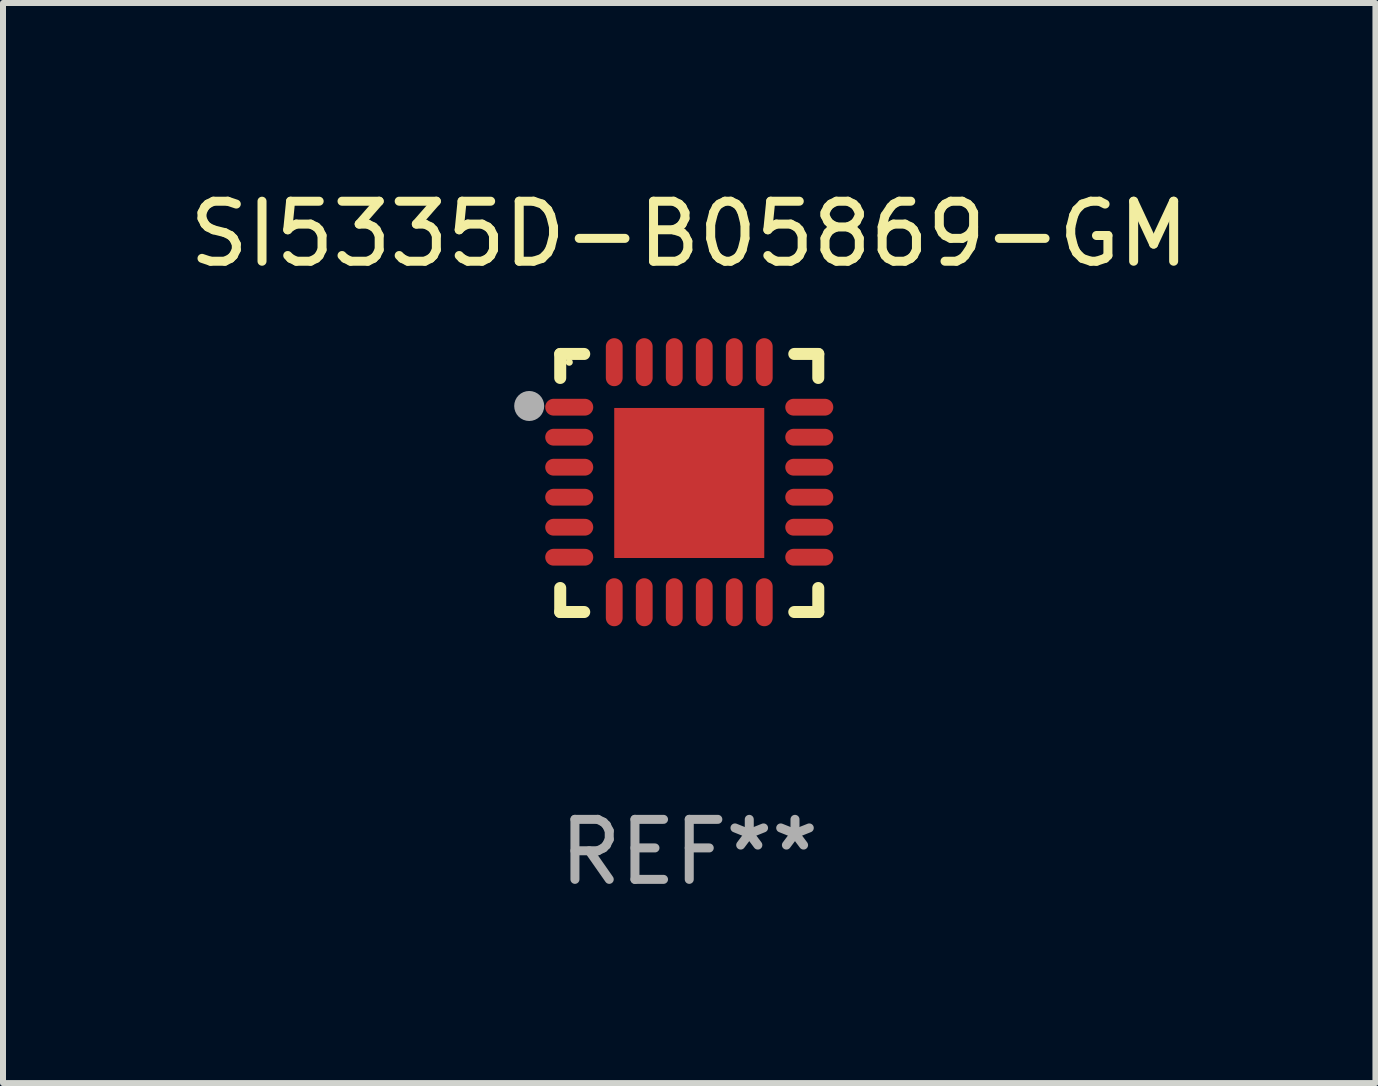
<source format=kicad_pcb>
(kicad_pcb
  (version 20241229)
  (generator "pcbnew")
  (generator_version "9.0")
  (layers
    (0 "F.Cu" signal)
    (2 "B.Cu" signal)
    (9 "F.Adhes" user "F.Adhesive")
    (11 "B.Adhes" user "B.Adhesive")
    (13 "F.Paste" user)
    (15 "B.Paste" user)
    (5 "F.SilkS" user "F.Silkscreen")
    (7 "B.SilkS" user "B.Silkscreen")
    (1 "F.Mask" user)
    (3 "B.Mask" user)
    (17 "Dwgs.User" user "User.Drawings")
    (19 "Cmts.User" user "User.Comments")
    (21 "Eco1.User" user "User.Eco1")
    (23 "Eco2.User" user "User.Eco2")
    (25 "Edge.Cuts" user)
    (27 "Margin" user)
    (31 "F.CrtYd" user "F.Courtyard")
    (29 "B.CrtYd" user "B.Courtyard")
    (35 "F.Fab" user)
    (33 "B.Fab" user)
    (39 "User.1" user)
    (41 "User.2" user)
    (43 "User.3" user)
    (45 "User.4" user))
  (footprint "SI5335D-B05869-GM"
    (layer "F.Cu")
    (at 8.435 4.998)
    (property "Reference" "SI5335D-B05869-GM" (at 0 -4.15 0) (layer "F.SilkS") (effects (font (size 1 1) (thickness 0.15))))
    (attr through_hole)
    (fp_line (start -2.15 -2.15) (end -1.75 -2.15) (stroke (width 0.2) (type solid)) (layer "F.SilkS"))
    (fp_line (start -2.15 -1.75) (end -2.15 -2.15) (stroke (width 0.2) (type solid)) (layer "F.SilkS"))
    (fp_line (start -2.15 2.15) (end -2.15 1.75) (stroke (width 0.2) (type solid)) (layer "F.SilkS"))
    (fp_line (start -1.75 2.15) (end -2.15 2.15) (stroke (width 0.2) (type solid)) (layer "F.SilkS"))
    (fp_line (start 1.75 -2.15) (end 2.15 -2.15) (stroke (width 0.2) (type solid)) (layer "F.SilkS"))
    (fp_line (start 1.75 2.15) (end 2.15 2.15) (stroke (width 0.2) (type solid)) (layer "F.SilkS"))
    (fp_line (start 2.15 -2.15) (end 2.15 -1.75) (stroke (width 0.2) (type solid)) (layer "F.SilkS"))
    (fp_line (start 2.15 2.15) (end 2.15 1.75) (stroke (width 0.2) (type solid)) (layer "F.SilkS"))
    (fp_circle (center -2 -2.013) (end -1.97 -2.013) (stroke (width 0.06) (type solid)) (fill no) (layer "F.SilkS"))
    (fp_circle (center -2.667 -1.283) (end -2.542 -1.283) (stroke (width 0.25) (type solid)) (fill no) (layer "F.Fab"))
    (fp_text user "REF**" (at 0 6.15 0) (layer "F.Fab") (effects (font (size 1 1) (thickness 0.15))))
    (pad "1" smd oval (at -2 -1.263) (size 0.8 0.28) (layers "F.Cu" "F.Mask" "F.Paste"))
    (pad "2" smd oval (at -2 -0.763) (size 0.8 0.28) (layers "F.Cu" "F.Mask" "F.Paste"))
    (pad "3" smd oval (at -2 -0.263) (size 0.8 0.28) (layers "F.Cu" "F.Mask" "F.Paste"))
    (pad "4" smd oval (at -2 0.237) (size 0.8 0.28) (layers "F.Cu" "F.Mask" "F.Paste"))
    (pad "5" smd oval (at -2 0.737) (size 0.8 0.28) (layers "F.Cu" "F.Mask" "F.Paste"))
    (pad "6" smd oval (at -2 1.237) (size 0.8 0.28) (layers "F.Cu" "F.Mask" "F.Paste"))
    (pad "7" smd oval (at -1.25 1.987) (size 0.28 0.8) (layers "F.Cu" "F.Mask" "F.Paste"))
    (pad "8" smd oval (at -0.75 1.987) (size 0.28 0.8) (layers "F.Cu" "F.Mask" "F.Paste"))
    (pad "9" smd oval (at -0.25 1.987) (size 0.28 0.8) (layers "F.Cu" "F.Mask" "F.Paste"))
    (pad "10" smd oval (at 0.25 1.987) (size 0.28 0.8) (layers "F.Cu" "F.Mask" "F.Paste"))
    (pad "11" smd oval (at 0.75 1.987) (size 0.28 0.8) (layers "F.Cu" "F.Mask" "F.Paste"))
    (pad "12" smd oval (at 1.25 1.987) (size 0.28 0.8) (layers "F.Cu" "F.Mask" "F.Paste"))
    (pad "13" smd oval (at 2 1.237) (size 0.8 0.28) (layers "F.Cu" "F.Mask" "F.Paste"))
    (pad "14" smd oval (at 2 0.737) (size 0.8 0.28) (layers "F.Cu" "F.Mask" "F.Paste"))
    (pad "15" smd oval (at 2 0.237) (size 0.8 0.28) (layers "F.Cu" "F.Mask" "F.Paste"))
    (pad "16" smd oval (at 2 -0.263) (size 0.8 0.28) (layers "F.Cu" "F.Mask" "F.Paste"))
    (pad "17" smd oval (at 2 -0.763) (size 0.8 0.28) (layers "F.Cu" "F.Mask" "F.Paste"))
    (pad "18" smd oval (at 2 -1.263) (size 0.8 0.28) (layers "F.Cu" "F.Mask" "F.Paste"))
    (pad "19" smd oval (at 1.25 -2.013) (size 0.28 0.8) (layers "F.Cu" "F.Mask" "F.Paste"))
    (pad "20" smd oval (at 0.75 -2.013) (size 0.28 0.8) (layers "F.Cu" "F.Mask" "F.Paste"))
    (pad "21" smd oval (at 0.25 -2.013) (size 0.28 0.8) (layers "F.Cu" "F.Mask" "F.Paste"))
    (pad "22" smd oval (at -0.25 -2.013) (size 0.28 0.8) (layers "F.Cu" "F.Mask" "F.Paste"))
    (pad "23" smd oval (at -0.75 -2.013) (size 0.28 0.8) (layers "F.Cu" "F.Mask" "F.Paste"))
    (pad "24" smd oval (at -1.25 -2.013) (size 0.28 0.8) (layers "F.Cu" "F.Mask" "F.Paste"))
    (pad "25" smd rect (at -0.000127 -0.00014) (size 2.5 2.5) (layers "F.Cu" "F.Mask" "F.Paste")))
  (gr_rect
    (start -3 -3)
    (end 19.869 14.997)
    (stroke (width 0.1) (type default))
    (fill no)
    (layer "Edge.Cuts")))
</source>
